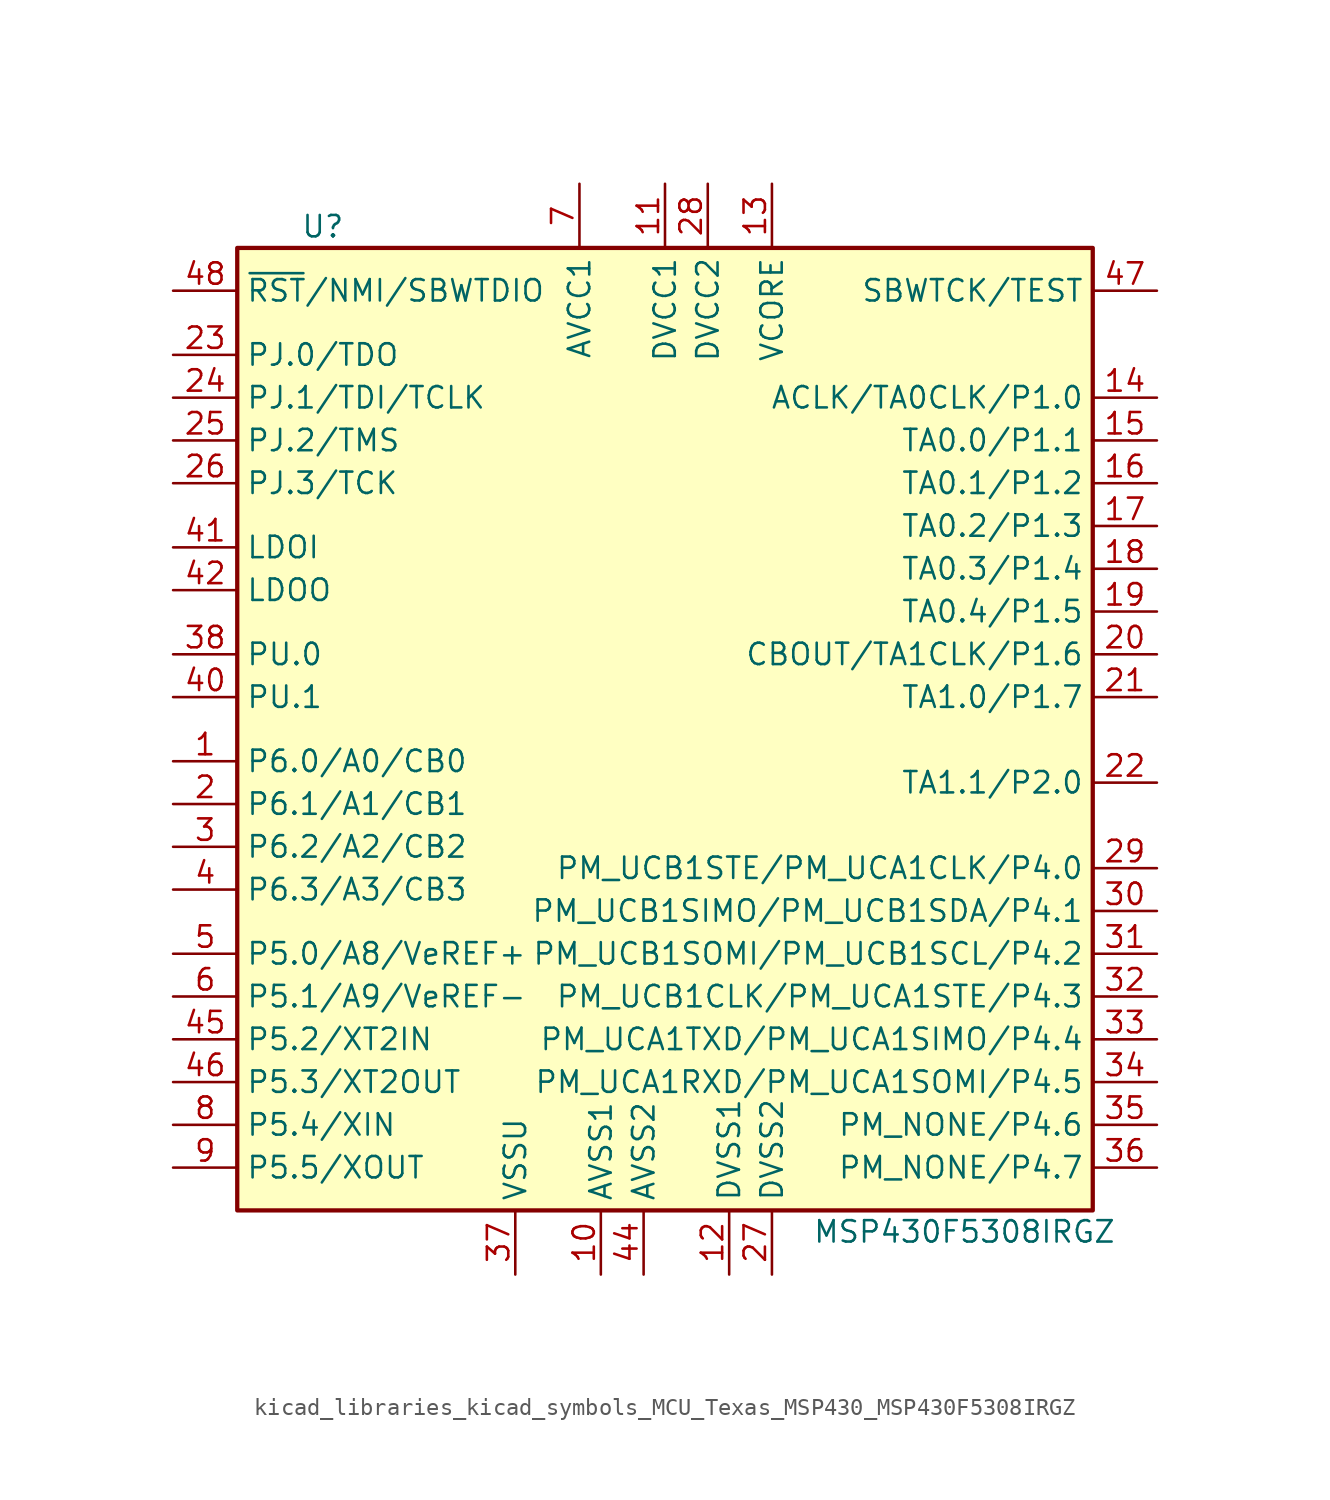
<source format=kicad_sym>
(kicad_symbol_lib
  (version 20220914)
  (generator kicad_symbol_editor)
  (symbol "kicad_libraries_kicad_symbols_MCU_Texas_MSP430_MSP430F5308IRGZ"
    (property "Reference" "U"
      (at -21.59 30.48 0)
      (effects (font (size 1.27 1.27))))
    (property "Value" "MSP430F5308IRGZ"
      (at 16.51 -29.21 0)
      (effects (font (size 1.27 1.27))))
    (symbol "kicad_libraries_kicad_symbols_MCU_Texas_MSP430_MSP430F5308IRGZ_0_1"
      (rectangle (start -26.67 29.21) (end 24.13 -27.94) (stroke (width 0.254) (type default)) (fill (type background))))
    (symbol "kicad_libraries_kicad_symbols_MCU_Texas_MSP430_MSP430F5308IRGZ_1_1"
      (pin bidirectional line (at -30.48 -1.27 0) (length 3.81) (name "P6.0/A0/CB0" (effects (font (size 1.27 1.27)))) (number "1" (effects (font (size 1.27 1.27)))))
      (pin power_in line (at -5.08 -31.75 90) (length 3.81) (name "AVSS1" (effects (font (size 1.27 1.27)))) (number "10" (effects (font (size 1.27 1.27)))))
      (pin power_in line (at -1.27 33.02 270) (length 3.81) (name "DVCC1" (effects (font (size 1.27 1.27)))) (number "11" (effects (font (size 1.27 1.27)))))
      (pin power_in line (at 2.54 -31.75 90) (length 3.81) (name "DVSS1" (effects (font (size 1.27 1.27)))) (number "12" (effects (font (size 1.27 1.27)))))
      (pin bidirectional line (at 5.08 33.02 270) (length 3.81) (name "VCORE" (effects (font (size 1.27 1.27)))) (number "13" (effects (font (size 1.27 1.27)))))
      (pin bidirectional line (at 27.94 20.32 180) (length 3.81) (name "ACLK/TA0CLK/P1.0" (effects (font (size 1.27 1.27)))) (number "14" (effects (font (size 1.27 1.27)))))
      (pin bidirectional line (at 27.94 17.78 180) (length 3.81) (name "TA0.0/P1.1" (effects (font (size 1.27 1.27)))) (number "15" (effects (font (size 1.27 1.27)))))
      (pin bidirectional line (at 27.94 15.24 180) (length 3.81) (name "TA0.1/P1.2" (effects (font (size 1.27 1.27)))) (number "16" (effects (font (size 1.27 1.27)))))
      (pin bidirectional line (at 27.94 12.7 180) (length 3.81) (name "TA0.2/P1.3" (effects (font (size 1.27 1.27)))) (number "17" (effects (font (size 1.27 1.27)))))
      (pin bidirectional line (at 27.94 10.16 180) (length 3.81) (name "TA0.3/P1.4" (effects (font (size 1.27 1.27)))) (number "18" (effects (font (size 1.27 1.27)))))
      (pin bidirectional line (at 27.94 7.62 180) (length 3.81) (name "TA0.4/P1.5" (effects (font (size 1.27 1.27)))) (number "19" (effects (font (size 1.27 1.27)))))
      (pin bidirectional line (at -30.48 -3.81 0) (length 3.81) (name "P6.1/A1/CB1" (effects (font (size 1.27 1.27)))) (number "2" (effects (font (size 1.27 1.27)))))
      (pin bidirectional line (at 27.94 5.08 180) (length 3.81) (name "CBOUT/TA1CLK/P1.6" (effects (font (size 1.27 1.27)))) (number "20" (effects (font (size 1.27 1.27)))))
      (pin bidirectional line (at 27.94 2.54 180) (length 3.81) (name "TA1.0/P1.7" (effects (font (size 1.27 1.27)))) (number "21" (effects (font (size 1.27 1.27)))))
      (pin bidirectional line (at 27.94 -2.54 180) (length 3.81) (name "TA1.1/P2.0" (effects (font (size 1.27 1.27)))) (number "22" (effects (font (size 1.27 1.27)))))
      (pin bidirectional line (at -30.48 22.86 0) (length 3.81) (name "PJ.0/TDO" (effects (font (size 1.27 1.27)))) (number "23" (effects (font (size 1.27 1.27)))))
      (pin bidirectional line (at -30.48 20.32 0) (length 3.81) (name "PJ.1/TDI/TCLK" (effects (font (size 1.27 1.27)))) (number "24" (effects (font (size 1.27 1.27)))))
      (pin bidirectional line (at -30.48 17.78 0) (length 3.81) (name "PJ.2/TMS" (effects (font (size 1.27 1.27)))) (number "25" (effects (font (size 1.27 1.27)))))
      (pin bidirectional line (at -30.48 15.24 0) (length 3.81) (name "PJ.3/TCK" (effects (font (size 1.27 1.27)))) (number "26" (effects (font (size 1.27 1.27)))))
      (pin power_in line (at 5.08 -31.75 90) (length 3.81) (name "DVSS2" (effects (font (size 1.27 1.27)))) (number "27" (effects (font (size 1.27 1.27)))))
      (pin power_in line (at 1.27 33.02 270) (length 3.81) (name "DVCC2" (effects (font (size 1.27 1.27)))) (number "28" (effects (font (size 1.27 1.27)))))
      (pin bidirectional line (at 27.94 -7.62 180) (length 3.81) (name "PM_UCB1STE/PM_UCA1CLK/P4.0" (effects (font (size 1.27 1.27)))) (number "29" (effects (font (size 1.27 1.27)))))
      (pin bidirectional line (at -30.48 -6.35 0) (length 3.81) (name "P6.2/A2/CB2" (effects (font (size 1.27 1.27)))) (number "3" (effects (font (size 1.27 1.27)))))
      (pin bidirectional line (at 27.94 -10.16 180) (length 3.81) (name "PM_UCB1SIMO/PM_UCB1SDA/P4.1" (effects (font (size 1.27 1.27)))) (number "30" (effects (font (size 1.27 1.27)))))
      (pin bidirectional line (at 27.94 -12.7 180) (length 3.81) (name "PM_UCB1SOMI/PM_UCB1SCL/P4.2" (effects (font (size 1.27 1.27)))) (number "31" (effects (font (size 1.27 1.27)))))
      (pin bidirectional line (at 27.94 -15.24 180) (length 3.81) (name "PM_UCB1CLK/PM_UCA1STE/P4.3" (effects (font (size 1.27 1.27)))) (number "32" (effects (font (size 1.27 1.27)))))
      (pin bidirectional line (at 27.94 -17.78 180) (length 3.81) (name "PM_UCA1TXD/PM_UCA1SIMO/P4.4" (effects (font (size 1.27 1.27)))) (number "33" (effects (font (size 1.27 1.27)))))
      (pin bidirectional line (at 27.94 -20.32 180) (length 3.81) (name "PM_UCA1RXD/PM_UCA1SOMI/P4.5" (effects (font (size 1.27 1.27)))) (number "34" (effects (font (size 1.27 1.27)))))
      (pin bidirectional line (at 27.94 -22.86 180) (length 3.81) (name "PM_NONE/P4.6" (effects (font (size 1.27 1.27)))) (number "35" (effects (font (size 1.27 1.27)))))
      (pin bidirectional line (at 27.94 -25.4 180) (length 3.81) (name "PM_NONE/P4.7" (effects (font (size 1.27 1.27)))) (number "36" (effects (font (size 1.27 1.27)))))
      (pin power_in line (at -10.16 -31.75 90) (length 3.81) (name "VSSU" (effects (font (size 1.27 1.27)))) (number "37" (effects (font (size 1.27 1.27)))))
      (pin bidirectional line (at -30.48 5.08 0) (length 3.81) (name "PU.0" (effects (font (size 1.27 1.27)))) (number "38" (effects (font (size 1.27 1.27)))))
      (pin bidirectional line (at -30.48 -8.89 0) (length 3.81) (name "P6.3/A3/CB3" (effects (font (size 1.27 1.27)))) (number "4" (effects (font (size 1.27 1.27)))))
      (pin bidirectional line (at -30.48 2.54 0) (length 3.81) (name "PU.1" (effects (font (size 1.27 1.27)))) (number "40" (effects (font (size 1.27 1.27)))))
      (pin power_in line (at -30.48 11.43 0) (length 3.81) (name "LDOI" (effects (font (size 1.27 1.27)))) (number "41" (effects (font (size 1.27 1.27)))))
      (pin power_out line (at -30.48 8.89 0) (length 3.81) (name "LDOO" (effects (font (size 1.27 1.27)))) (number "42" (effects (font (size 1.27 1.27)))))
      (pin power_in line (at -2.54 -31.75 90) (length 3.81) (name "AVSS2" (effects (font (size 1.27 1.27)))) (number "44" (effects (font (size 1.27 1.27)))))
      (pin bidirectional line (at -30.48 -17.78 0) (length 3.81) (name "P5.2/XT2IN" (effects (font (size 1.27 1.27)))) (number "45" (effects (font (size 1.27 1.27)))))
      (pin bidirectional line (at -30.48 -20.32 0) (length 3.81) (name "P5.3/XT2OUT" (effects (font (size 1.27 1.27)))) (number "46" (effects (font (size 1.27 1.27)))))
      (pin input line (at 27.94 26.67 180) (length 3.81) (name "SBWTCK/TEST" (effects (font (size 1.27 1.27)))) (number "47" (effects (font (size 1.27 1.27)))))
      (pin input line (at -30.48 26.67 0) (length 3.81) (name "~{RST}/NMI/SBWTDIO" (effects (font (size 1.27 1.27)))) (number "48" (effects (font (size 1.27 1.27)))))
      (pin bidirectional line (at -30.48 -12.7 0) (length 3.81) (name "P5.0/A8/VeREF+" (effects (font (size 1.27 1.27)))) (number "5" (effects (font (size 1.27 1.27)))))
      (pin bidirectional line (at -30.48 -15.24 0) (length 3.81) (name "P5.1/A9/VeREF-" (effects (font (size 1.27 1.27)))) (number "6" (effects (font (size 1.27 1.27)))))
      (pin power_in line (at -6.35 33.02 270) (length 3.81) (name "AVCC1" (effects (font (size 1.27 1.27)))) (number "7" (effects (font (size 1.27 1.27)))))
      (pin bidirectional line (at -30.48 -22.86 0) (length 3.81) (name "P5.4/XIN" (effects (font (size 1.27 1.27)))) (number "8" (effects (font (size 1.27 1.27)))))
      (pin bidirectional line (at -30.48 -25.4 0) (length 3.81) (name "P5.5/XOUT" (effects (font (size 1.27 1.27)))) (number "9" (effects (font (size 1.27 1.27))))))))
</source>
